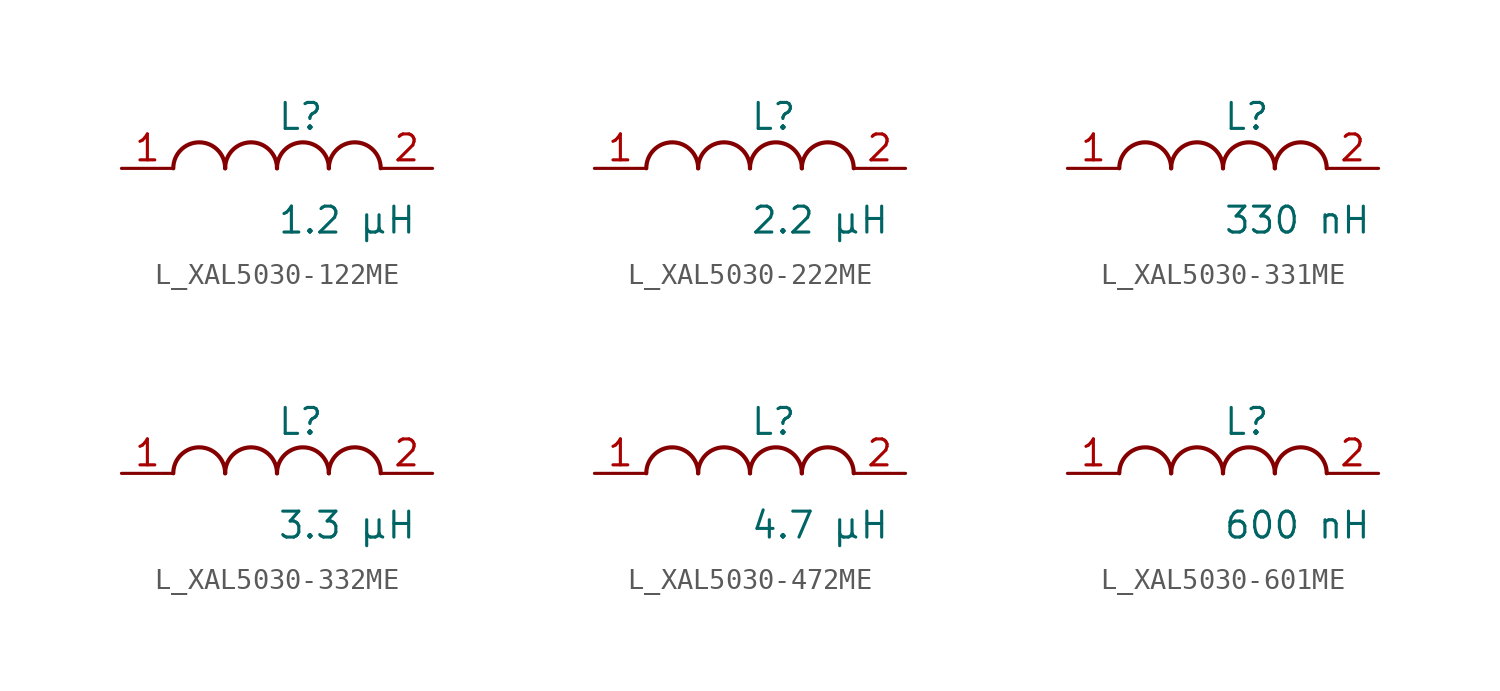
<source format=kicad_sym>
(kicad_symbol_lib
  (version 20231120)
  (generator kicad_symbol_editor)
  (generator_version 8.0)
  (symbol "L_XAL5030-122ME"
    (pin_names
      (offset 0.254))
    (property "Reference" "L"
      (at 0 2.54 0)
      (effects (font (size 1.27 1.27)) (justify left)))
    (property "Value" "1.2 µH"
      (at 0 -2.54 0)
      (effects (font (size 1.27 1.27)) (justify left)))
    (symbol "L_XAL5030-122ME_1_1"
      (arc (start -2.54 0.0056) (mid -3.81 1.27) (end -5.08 0.0056) (stroke (width 0.2032) (type default)) (fill (type none)))
      (arc (start 0 0.0056) (mid -1.27 1.27) (end -2.54 0.0056) (stroke (width 0.2032) (type default)) (fill (type none)))
      (arc (start 2.54 0.0056) (mid 1.27 1.27) (end 0 0.0056) (stroke (width 0.2032) (type default)) (fill (type none)))
      (arc (start 5.08 0.0056) (mid 3.81 1.27) (end 2.54 0.0056) (stroke (width 0.2032) (type default)) (fill (type none)))
      (pin unspecified line (at -7.62 0 0) (length 2.54) (name "" (effects (font (size 1.27 1.27)))) (number "1" (effects (font (size 1.27 1.27)))))
      (pin unspecified line (at 7.62 0 180) (length 2.54) (name "" (effects (font (size 1.27 1.27)))) (number "2" (effects (font (size 1.27 1.27)))))))
  (symbol "L_XAL5030-222ME"
    (pin_names
      (offset 0.254))
    (property "Reference" "L"
      (at 0 2.54 0)
      (effects (font (size 1.27 1.27)) (justify left)))
    (property "Value" "2.2 µH"
      (at 0 -2.54 0)
      (effects (font (size 1.27 1.27)) (justify left)))
    (symbol "L_XAL5030-222ME_1_1"
      (arc (start -2.54 0.0056) (mid -3.81 1.27) (end -5.08 0.0056) (stroke (width 0.2032) (type default)) (fill (type none)))
      (arc (start 0 0.0056) (mid -1.27 1.27) (end -2.54 0.0056) (stroke (width 0.2032) (type default)) (fill (type none)))
      (arc (start 2.54 0.0056) (mid 1.27 1.27) (end 0 0.0056) (stroke (width 0.2032) (type default)) (fill (type none)))
      (arc (start 5.08 0.0056) (mid 3.81 1.27) (end 2.54 0.0056) (stroke (width 0.2032) (type default)) (fill (type none)))
      (pin unspecified line (at -7.62 0 0) (length 2.54) (name "" (effects (font (size 1.27 1.27)))) (number "1" (effects (font (size 1.27 1.27)))))
      (pin unspecified line (at 7.62 0 180) (length 2.54) (name "" (effects (font (size 1.27 1.27)))) (number "2" (effects (font (size 1.27 1.27)))))))
  (symbol "L_XAL5030-331ME"
    (pin_names
      (offset 0.254))
    (property "Reference" "L"
      (at 0 2.54 0)
      (effects (font (size 1.27 1.27)) (justify left)))
    (property "Value" "330 nH"
      (at 0 -2.54 0)
      (effects (font (size 1.27 1.27)) (justify left)))
    (symbol "L_XAL5030-331ME_1_1"
      (arc (start -2.54 0.0056) (mid -3.81 1.27) (end -5.08 0.0056) (stroke (width 0.2032) (type default)) (fill (type none)))
      (arc (start 0 0.0056) (mid -1.27 1.27) (end -2.54 0.0056) (stroke (width 0.2032) (type default)) (fill (type none)))
      (arc (start 2.54 0.0056) (mid 1.27 1.27) (end 0 0.0056) (stroke (width 0.2032) (type default)) (fill (type none)))
      (arc (start 5.08 0.0056) (mid 3.81 1.27) (end 2.54 0.0056) (stroke (width 0.2032) (type default)) (fill (type none)))
      (pin unspecified line (at -7.62 0 0) (length 2.54) (name "" (effects (font (size 1.27 1.27)))) (number "1" (effects (font (size 1.27 1.27)))))
      (pin unspecified line (at 7.62 0 180) (length 2.54) (name "" (effects (font (size 1.27 1.27)))) (number "2" (effects (font (size 1.27 1.27)))))))
  (symbol "L_XAL5030-332ME"
    (pin_names
      (offset 0.254))
    (property "Reference" "L"
      (at 0 2.54 0)
      (effects (font (size 1.27 1.27)) (justify left)))
    (property "Value" "3.3 µH"
      (at 0 -2.54 0)
      (effects (font (size 1.27 1.27)) (justify left)))
    (symbol "L_XAL5030-332ME_1_1"
      (arc (start -2.54 0.0056) (mid -3.81 1.27) (end -5.08 0.0056) (stroke (width 0.2032) (type default)) (fill (type none)))
      (arc (start 0 0.0056) (mid -1.27 1.27) (end -2.54 0.0056) (stroke (width 0.2032) (type default)) (fill (type none)))
      (arc (start 2.54 0.0056) (mid 1.27 1.27) (end 0 0.0056) (stroke (width 0.2032) (type default)) (fill (type none)))
      (arc (start 5.08 0.0056) (mid 3.81 1.27) (end 2.54 0.0056) (stroke (width 0.2032) (type default)) (fill (type none)))
      (pin unspecified line (at -7.62 0 0) (length 2.54) (name "" (effects (font (size 1.27 1.27)))) (number "1" (effects (font (size 1.27 1.27)))))
      (pin unspecified line (at 7.62 0 180) (length 2.54) (name "" (effects (font (size 1.27 1.27)))) (number "2" (effects (font (size 1.27 1.27)))))))
  (symbol "L_XAL5030-472ME"
    (pin_names
      (offset 0.254))
    (property "Reference" "L"
      (at 0 2.54 0)
      (effects (font (size 1.27 1.27)) (justify left)))
    (property "Value" "4.7 µH"
      (at 0 -2.54 0)
      (effects (font (size 1.27 1.27)) (justify left)))
    (symbol "L_XAL5030-472ME_1_1"
      (arc (start -2.54 0.0056) (mid -3.81 1.27) (end -5.08 0.0056) (stroke (width 0.2032) (type default)) (fill (type none)))
      (arc (start 0 0.0056) (mid -1.27 1.27) (end -2.54 0.0056) (stroke (width 0.2032) (type default)) (fill (type none)))
      (arc (start 2.54 0.0056) (mid 1.27 1.27) (end 0 0.0056) (stroke (width 0.2032) (type default)) (fill (type none)))
      (arc (start 5.08 0.0056) (mid 3.81 1.27) (end 2.54 0.0056) (stroke (width 0.2032) (type default)) (fill (type none)))
      (pin unspecified line (at -7.62 0 0) (length 2.54) (name "" (effects (font (size 1.27 1.27)))) (number "1" (effects (font (size 1.27 1.27)))))
      (pin unspecified line (at 7.62 0 180) (length 2.54) (name "" (effects (font (size 1.27 1.27)))) (number "2" (effects (font (size 1.27 1.27)))))))
  (symbol "L_XAL5030-601ME"
    (pin_names
      (offset 0.254))
    (property "Reference" "L"
      (at 0 2.54 0)
      (effects (font (size 1.27 1.27)) (justify left)))
    (property "Value" "600 nH"
      (at 0 -2.54 0)
      (effects (font (size 1.27 1.27)) (justify left)))
    (symbol "L_XAL5030-601ME_1_1"
      (arc (start -2.54 0.0056) (mid -3.81 1.27) (end -5.08 0.0056) (stroke (width 0.2032) (type default)) (fill (type none)))
      (arc (start 0 0.0056) (mid -1.27 1.27) (end -2.54 0.0056) (stroke (width 0.2032) (type default)) (fill (type none)))
      (arc (start 2.54 0.0056) (mid 1.27 1.27) (end 0 0.0056) (stroke (width 0.2032) (type default)) (fill (type none)))
      (arc (start 5.08 0.0056) (mid 3.81 1.27) (end 2.54 0.0056) (stroke (width 0.2032) (type default)) (fill (type none)))
      (pin unspecified line (at -7.62 0 0) (length 2.54) (name "" (effects (font (size 1.27 1.27)))) (number "1" (effects (font (size 1.27 1.27)))))
      (pin unspecified line (at 7.62 0 180) (length 2.54) (name "" (effects (font (size 1.27 1.27)))) (number "2" (effects (font (size 1.27 1.27))))))))
</source>
